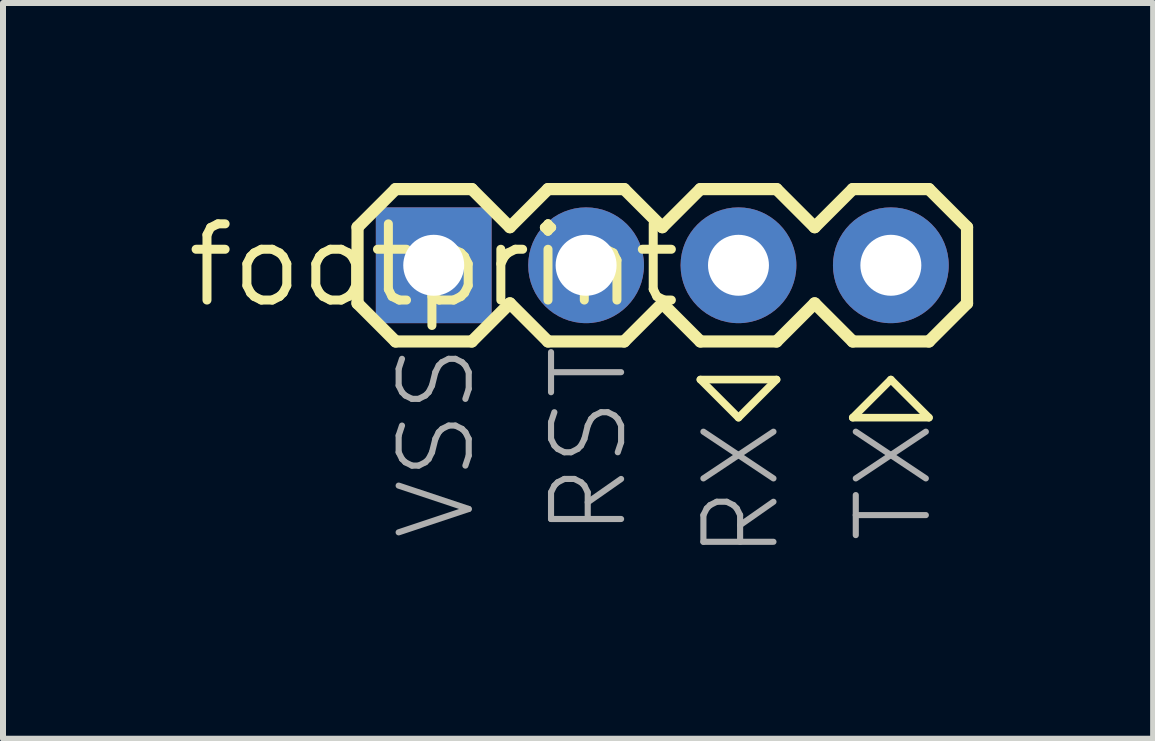
<source format=kicad_pcb>
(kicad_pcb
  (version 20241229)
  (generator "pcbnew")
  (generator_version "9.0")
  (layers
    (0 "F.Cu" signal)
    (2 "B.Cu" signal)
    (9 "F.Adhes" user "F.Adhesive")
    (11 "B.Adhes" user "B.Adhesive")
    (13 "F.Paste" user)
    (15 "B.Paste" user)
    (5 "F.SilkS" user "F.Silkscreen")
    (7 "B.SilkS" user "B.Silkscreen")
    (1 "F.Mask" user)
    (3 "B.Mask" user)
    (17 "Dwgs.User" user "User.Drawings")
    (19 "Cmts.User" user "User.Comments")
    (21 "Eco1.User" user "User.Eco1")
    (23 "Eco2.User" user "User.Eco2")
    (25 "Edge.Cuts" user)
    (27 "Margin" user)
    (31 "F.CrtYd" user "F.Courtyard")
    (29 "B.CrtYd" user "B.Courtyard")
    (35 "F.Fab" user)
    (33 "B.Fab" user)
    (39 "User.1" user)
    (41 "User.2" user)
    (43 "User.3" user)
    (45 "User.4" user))
  (footprint "footprint"
    (layer "F.Cu")
    (at 4.18 1.372)
    (property "Reference" "footprint" (at 0 0 0) (layer "F.SilkS") (effects (font (size 1.27 1.27) (thickness 0.15))))
    (fp_line (start -1.27 -0.635) (end -1.27 0.635) (stroke (width 0.203) (type solid)) (layer "F.SilkS"))
    (fp_line (start -1.27 0.635) (end -0.635 1.27) (stroke (width 0.203) (type solid)) (layer "F.SilkS"))
    (fp_line (start -0.635 -1.27) (end -1.27 -0.635) (stroke (width 0.203) (type solid)) (layer "F.SilkS"))
    (fp_line (start -0.635 -1.27) (end 0.635 -1.27) (stroke (width 0.203) (type solid)) (layer "F.SilkS"))
    (fp_line (start 0.635 -1.27) (end 1.27 -0.635) (stroke (width 0.203) (type solid)) (layer "F.SilkS"))
    (fp_line (start 0.635 1.27) (end -0.635 1.27) (stroke (width 0.203) (type solid)) (layer "F.SilkS"))
    (fp_line (start 1.27 -0.635) (end 1.905 -1.27) (stroke (width 0.203) (type solid)) (layer "F.SilkS"))
    (fp_line (start 1.27 0.635) (end 0.635 1.27) (stroke (width 0.203) (type solid)) (layer "F.SilkS"))
    (fp_line (start 1.905 -1.27) (end 3.175 -1.27) (stroke (width 0.203) (type solid)) (layer "F.SilkS"))
    (fp_line (start 1.905 1.27) (end 1.27 0.635) (stroke (width 0.203) (type solid)) (layer "F.SilkS"))
    (fp_line (start 3.175 -1.27) (end 3.81 -0.635) (stroke (width 0.203) (type solid)) (layer "F.SilkS"))
    (fp_line (start 3.175 1.27) (end 1.905 1.27) (stroke (width 0.203) (type solid)) (layer "F.SilkS"))
    (fp_line (start 3.81 -0.635) (end 4.445 -1.27) (stroke (width 0.203) (type solid)) (layer "F.SilkS"))
    (fp_line (start 3.81 0.635) (end 3.175 1.27) (stroke (width 0.203) (type solid)) (layer "F.SilkS"))
    (fp_line (start 4.445 -1.27) (end 5.715 -1.27) (stroke (width 0.203) (type solid)) (layer "F.SilkS"))
    (fp_line (start 4.445 1.27) (end 3.81 0.635) (stroke (width 0.203) (type solid)) (layer "F.SilkS"))
    (fp_line (start 4.445 1.905) (end 5.715 1.905) (stroke (width 0.127) (type solid)) (layer "F.SilkS"))
    (fp_line (start 5.08 2.54) (end 4.445 1.905) (stroke (width 0.127) (type solid)) (layer "F.SilkS"))
    (fp_line (start 5.715 -1.27) (end 6.35 -0.635) (stroke (width 0.203) (type solid)) (layer "F.SilkS"))
    (fp_line (start 5.715 1.27) (end 4.445 1.27) (stroke (width 0.203) (type solid)) (layer "F.SilkS"))
    (fp_line (start 5.715 1.905) (end 5.08 2.54) (stroke (width 0.127) (type solid)) (layer "F.SilkS"))
    (fp_line (start 6.35 0.635) (end 5.715 1.27) (stroke (width 0.203) (type solid)) (layer "F.SilkS"))
    (fp_line (start 6.35 0.635) (end 6.985 1.27) (stroke (width 0.203) (type solid)) (layer "F.SilkS"))
    (fp_line (start 6.985 -1.27) (end 6.35 -0.635) (stroke (width 0.203) (type solid)) (layer "F.SilkS"))
    (fp_line (start 6.985 -1.27) (end 8.255 -1.27) (stroke (width 0.203) (type solid)) (layer "F.SilkS"))
    (fp_line (start 6.985 2.54) (end 8.255 2.54) (stroke (width 0.127) (type solid)) (layer "F.SilkS"))
    (fp_line (start 7.62 1.905) (end 6.985 2.54) (stroke (width 0.127) (type solid)) (layer "F.SilkS"))
    (fp_line (start 8.255 -1.27) (end 8.89 -0.635) (stroke (width 0.203) (type solid)) (layer "F.SilkS"))
    (fp_line (start 8.255 1.27) (end 6.985 1.27) (stroke (width 0.203) (type solid)) (layer "F.SilkS"))
    (fp_line (start 8.255 2.54) (end 7.62 1.905) (stroke (width 0.127) (type solid)) (layer "F.SilkS"))
    (fp_line (start 8.89 -0.635) (end 8.89 0.635) (stroke (width 0.203) (type solid)) (layer "F.SilkS"))
    (fp_line (start 8.89 0.635) (end 8.255 1.27) (stroke (width 0.203) (type solid)) (layer "F.SilkS"))
    (fp_poly (pts (xy -0.254 0.254) (xy 0.254 0.254) (xy 0.254 -0.254) (xy -0.254 -0.254)) (stroke (width 0.1) (type solid)) (fill no) (layer "F.Fab"))
    (fp_poly (pts (xy 2.286 0.254) (xy 2.794 0.254) (xy 2.794 -0.254) (xy 2.286 -0.254)) (stroke (width 0.1) (type solid)) (fill no) (layer "F.Fab"))
    (fp_poly (pts (xy 4.826 0.254) (xy 5.334 0.254) (xy 5.334 -0.254) (xy 4.826 -0.254)) (stroke (width 0.1) (type solid)) (fill no) (layer "F.Fab"))
    (fp_poly (pts (xy 7.366 0.254) (xy 7.874 0.254) (xy 7.874 -0.254) (xy 7.366 -0.254)) (stroke (width 0.1) (type solid)) (fill no) (layer "F.Fab"))
    (fp_text user "VSS" (at -0.635 1.27 90) (layer "F.Fab") (effects (font (size 1.168 1.168) (thickness 0.102)) (justify right top)))
    (fp_text user "TX" (at 6.985 2.54 90) (layer "F.Fab") (effects (font (size 1.168 1.168) (thickness 0.102)) (justify right top)))
    (fp_text user "RST" (at 1.905 1.27 90) (layer "F.Fab") (effects (font (size 1.168 1.168) (thickness 0.102)) (justify right top)))
    (fp_text user "RX" (at 4.445 2.54 90) (layer "F.Fab") (effects (font (size 1.168 1.168) (thickness 0.102)) (justify right top)))
    (pad "GND" thru_hole rect (at 0 0 90) (size 1.93 1.93) (drill 1.016) (layers "*.Cu" "*.Mask"))
    (pad "RST" thru_hole circle (at 2.54 0 90) (size 1.93 1.93) (drill 1.016) (layers "*.Cu" "*.Mask"))
    (pad "RX" thru_hole circle (at 5.08 0 90) (size 1.93 1.93) (drill 1.016) (layers "*.Cu" "*.Mask"))
    (pad "TX" thru_hole circle (at 7.62 0 90) (size 1.93 1.93) (drill 1.016) (layers "*.Cu" "*.Mask")))
  (gr_rect
    (start -3 -3)
    (end 16.172 9.264)
    (stroke (width 0.1) (type default))
    (fill no)
    (layer "Edge.Cuts")))
</source>
